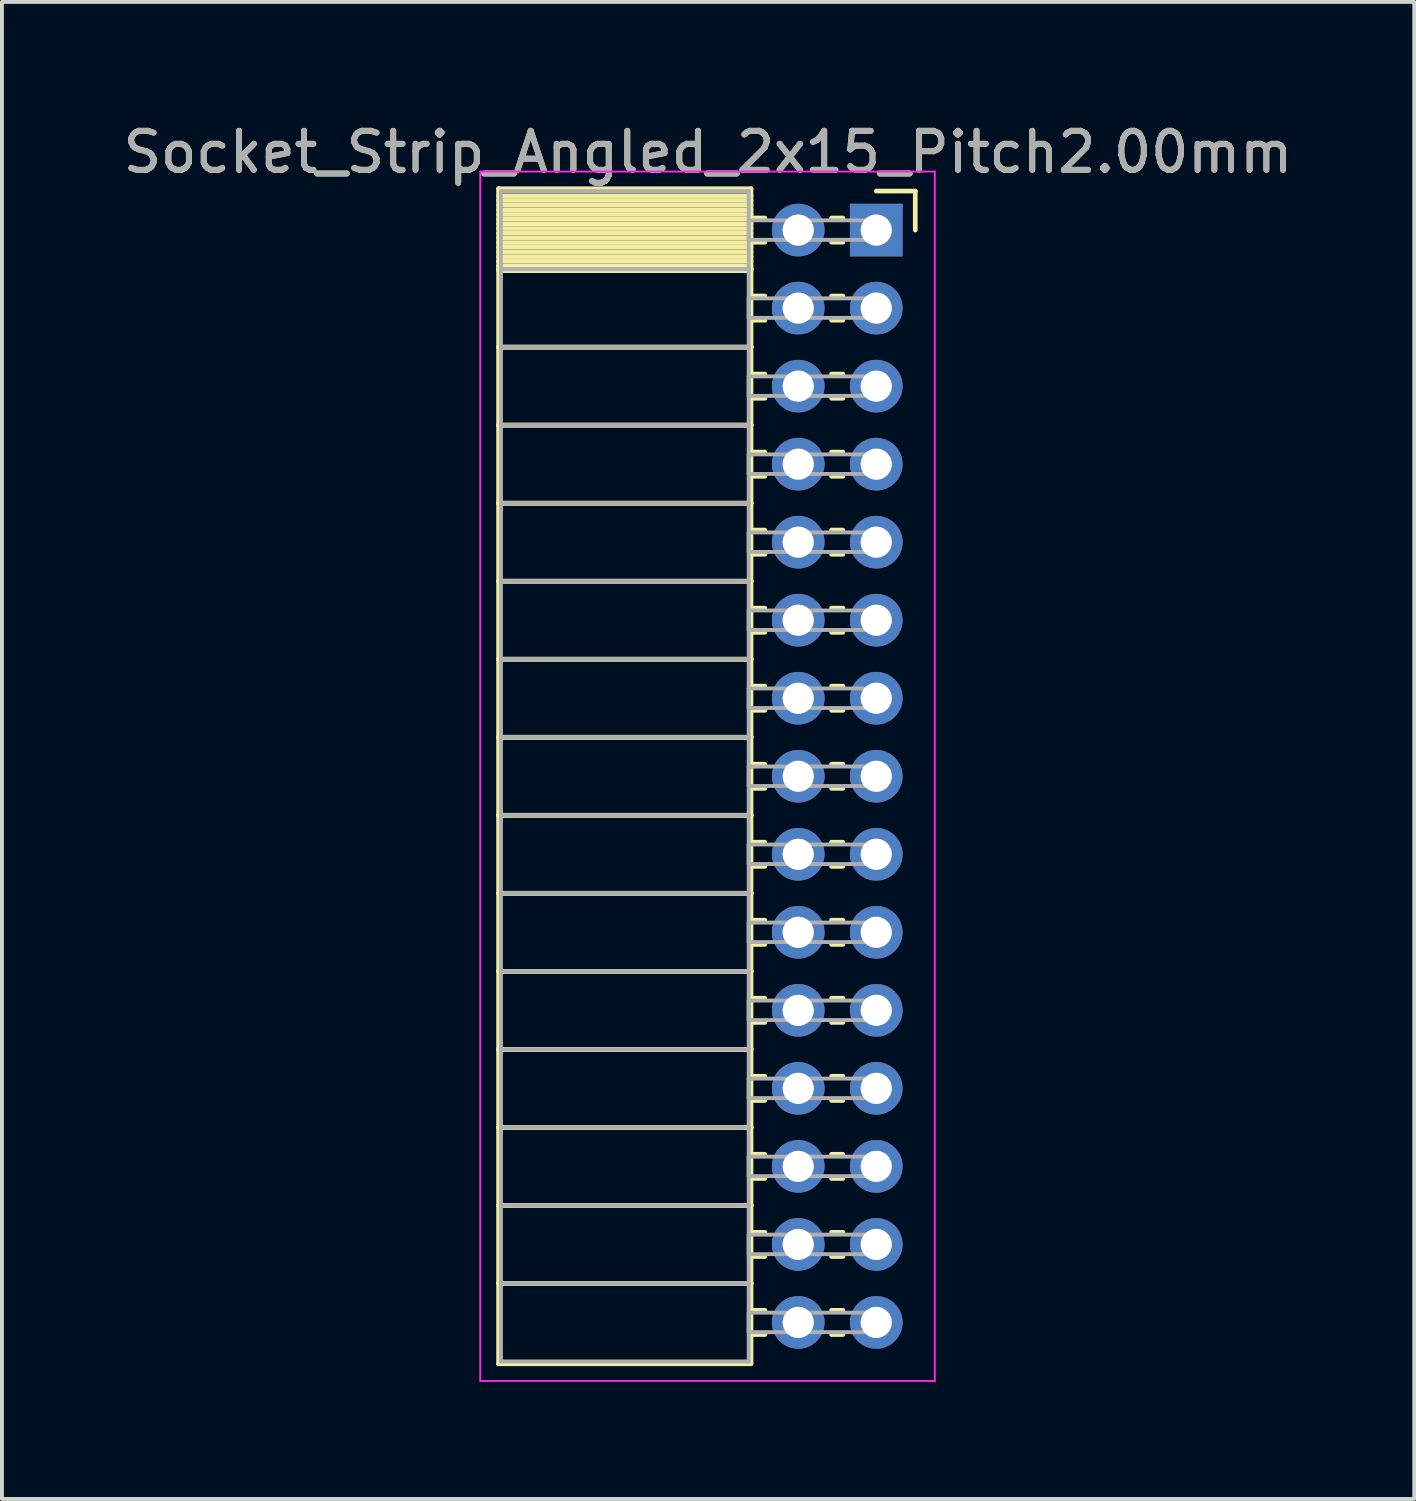
<source format=kicad_pcb>
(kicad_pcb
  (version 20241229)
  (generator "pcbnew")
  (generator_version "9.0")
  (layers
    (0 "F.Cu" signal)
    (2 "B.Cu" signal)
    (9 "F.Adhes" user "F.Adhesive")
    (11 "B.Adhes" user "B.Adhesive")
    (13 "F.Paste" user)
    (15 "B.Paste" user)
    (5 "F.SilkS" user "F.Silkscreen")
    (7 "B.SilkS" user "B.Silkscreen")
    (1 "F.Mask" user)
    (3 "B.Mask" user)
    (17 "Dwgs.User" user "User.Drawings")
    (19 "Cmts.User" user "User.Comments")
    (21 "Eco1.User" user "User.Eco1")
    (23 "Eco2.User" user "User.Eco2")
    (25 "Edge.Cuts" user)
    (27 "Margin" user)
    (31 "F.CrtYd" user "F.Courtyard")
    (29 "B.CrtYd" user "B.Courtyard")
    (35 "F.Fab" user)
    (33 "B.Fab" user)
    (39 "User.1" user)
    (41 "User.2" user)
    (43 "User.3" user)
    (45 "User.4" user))
  (footprint "Socket_Strip_Angled_2x15_Pitch2.00mm"
    (layer "F.Cu")
    (at 19.411 2.848)
    (property "Reference" "Socket_Strip_Angled_2x15_Pitch2.00mm" (at -4.31 -2 0) (layer "F.SilkS") (effects (font (size 1 1) (thickness 0.15))))
    (attr through_hole)
    (fp_line (start -9.68 -1.06) (end -3.21 -1.06) (stroke (width 0.12) (type solid)) (layer "F.SilkS"))
    (fp_line (start -9.68 1) (end -9.68 -1.06) (stroke (width 0.12) (type solid)) (layer "F.SilkS"))
    (fp_line (start -9.68 1) (end -3.21 1) (stroke (width 0.12) (type solid)) (layer "F.SilkS"))
    (fp_line (start -9.68 3) (end -9.68 1) (stroke (width 0.12) (type solid)) (layer "F.SilkS"))
    (fp_line (start -9.68 3) (end -3.21 3) (stroke (width 0.12) (type solid)) (layer "F.SilkS"))
    (fp_line (start -9.68 5) (end -9.68 3) (stroke (width 0.12) (type solid)) (layer "F.SilkS"))
    (fp_line (start -9.68 5) (end -3.21 5) (stroke (width 0.12) (type solid)) (layer "F.SilkS"))
    (fp_line (start -9.68 7) (end -9.68 5) (stroke (width 0.12) (type solid)) (layer "F.SilkS"))
    (fp_line (start -9.68 7) (end -3.21 7) (stroke (width 0.12) (type solid)) (layer "F.SilkS"))
    (fp_line (start -9.68 9) (end -9.68 7) (stroke (width 0.12) (type solid)) (layer "F.SilkS"))
    (fp_line (start -9.68 9) (end -3.21 9) (stroke (width 0.12) (type solid)) (layer "F.SilkS"))
    (fp_line (start -9.68 11) (end -9.68 9) (stroke (width 0.12) (type solid)) (layer "F.SilkS"))
    (fp_line (start -9.68 11) (end -3.21 11) (stroke (width 0.12) (type solid)) (layer "F.SilkS"))
    (fp_line (start -9.68 13) (end -9.68 11) (stroke (width 0.12) (type solid)) (layer "F.SilkS"))
    (fp_line (start -9.68 13) (end -3.21 13) (stroke (width 0.12) (type solid)) (layer "F.SilkS"))
    (fp_line (start -9.68 15) (end -9.68 13) (stroke (width 0.12) (type solid)) (layer "F.SilkS"))
    (fp_line (start -9.68 15) (end -3.21 15) (stroke (width 0.12) (type solid)) (layer "F.SilkS"))
    (fp_line (start -9.68 17) (end -9.68 15) (stroke (width 0.12) (type solid)) (layer "F.SilkS"))
    (fp_line (start -9.68 17) (end -3.21 17) (stroke (width 0.12) (type solid)) (layer "F.SilkS"))
    (fp_line (start -9.68 19) (end -9.68 17) (stroke (width 0.12) (type solid)) (layer "F.SilkS"))
    (fp_line (start -9.68 19) (end -3.21 19) (stroke (width 0.12) (type solid)) (layer "F.SilkS"))
    (fp_line (start -9.68 21) (end -9.68 19) (stroke (width 0.12) (type solid)) (layer "F.SilkS"))
    (fp_line (start -9.68 21) (end -3.21 21) (stroke (width 0.12) (type solid)) (layer "F.SilkS"))
    (fp_line (start -9.68 23) (end -9.68 21) (stroke (width 0.12) (type solid)) (layer "F.SilkS"))
    (fp_line (start -9.68 23) (end -3.21 23) (stroke (width 0.12) (type solid)) (layer "F.SilkS"))
    (fp_line (start -9.68 25) (end -9.68 23) (stroke (width 0.12) (type solid)) (layer "F.SilkS"))
    (fp_line (start -9.68 25) (end -3.21 25) (stroke (width 0.12) (type solid)) (layer "F.SilkS"))
    (fp_line (start -9.68 27) (end -9.68 25) (stroke (width 0.12) (type solid)) (layer "F.SilkS"))
    (fp_line (start -9.68 27) (end -3.21 27) (stroke (width 0.12) (type solid)) (layer "F.SilkS"))
    (fp_line (start -9.68 29.06) (end -9.68 27) (stroke (width 0.12) (type solid)) (layer "F.SilkS"))
    (fp_line (start -3.21 -1.06) (end -3.21 1) (stroke (width 0.12) (type solid)) (layer "F.SilkS"))
    (fp_line (start -3.21 -0.88) (end -9.68 -0.88) (stroke (width 0.12) (type solid)) (layer "F.SilkS"))
    (fp_line (start -3.21 -0.76) (end -9.68 -0.76) (stroke (width 0.12) (type solid)) (layer "F.SilkS"))
    (fp_line (start -3.21 -0.64) (end -9.68 -0.64) (stroke (width 0.12) (type solid)) (layer "F.SilkS"))
    (fp_line (start -3.21 -0.52) (end -9.68 -0.52) (stroke (width 0.12) (type solid)) (layer "F.SilkS"))
    (fp_line (start -3.21 -0.4) (end -9.68 -0.4) (stroke (width 0.12) (type solid)) (layer "F.SilkS"))
    (fp_line (start -3.21 -0.28) (end -9.68 -0.28) (stroke (width 0.12) (type solid)) (layer "F.SilkS"))
    (fp_line (start -3.21 -0.16) (end -9.68 -0.16) (stroke (width 0.12) (type solid)) (layer "F.SilkS"))
    (fp_line (start -3.21 -0.04) (end -9.68 -0.04) (stroke (width 0.12) (type solid)) (layer "F.SilkS"))
    (fp_line (start -3.21 0.08) (end -9.68 0.08) (stroke (width 0.12) (type solid)) (layer "F.SilkS"))
    (fp_line (start -3.21 0.2) (end -9.68 0.2) (stroke (width 0.12) (type solid)) (layer "F.SilkS"))
    (fp_line (start -3.21 0.32) (end -9.68 0.32) (stroke (width 0.12) (type solid)) (layer "F.SilkS"))
    (fp_line (start -3.21 0.44) (end -9.68 0.44) (stroke (width 0.12) (type solid)) (layer "F.SilkS"))
    (fp_line (start -3.21 0.56) (end -9.68 0.56) (stroke (width 0.12) (type solid)) (layer "F.SilkS"))
    (fp_line (start -3.21 0.68) (end -9.68 0.68) (stroke (width 0.12) (type solid)) (layer "F.SilkS"))
    (fp_line (start -3.21 0.8) (end -9.68 0.8) (stroke (width 0.12) (type solid)) (layer "F.SilkS"))
    (fp_line (start -3.21 0.92) (end -9.68 0.92) (stroke (width 0.12) (type solid)) (layer "F.SilkS"))
    (fp_line (start -3.21 1) (end -9.68 1) (stroke (width 0.12) (type solid)) (layer "F.SilkS"))
    (fp_line (start -3.21 1) (end -3.21 3) (stroke (width 0.12) (type solid)) (layer "F.SilkS"))
    (fp_line (start -3.21 1.04) (end -9.68 1.04) (stroke (width 0.12) (type solid)) (layer "F.SilkS"))
    (fp_line (start -3.21 3) (end -9.68 3) (stroke (width 0.12) (type solid)) (layer "F.SilkS"))
    (fp_line (start -3.21 3) (end -3.21 5) (stroke (width 0.12) (type solid)) (layer "F.SilkS"))
    (fp_line (start -3.21 5) (end -9.68 5) (stroke (width 0.12) (type solid)) (layer "F.SilkS"))
    (fp_line (start -3.21 5) (end -3.21 7) (stroke (width 0.12) (type solid)) (layer "F.SilkS"))
    (fp_line (start -3.21 7) (end -9.68 7) (stroke (width 0.12) (type solid)) (layer "F.SilkS"))
    (fp_line (start -3.21 7) (end -3.21 9) (stroke (width 0.12) (type solid)) (layer "F.SilkS"))
    (fp_line (start -3.21 9) (end -9.68 9) (stroke (width 0.12) (type solid)) (layer "F.SilkS"))
    (fp_line (start -3.21 9) (end -3.21 11) (stroke (width 0.12) (type solid)) (layer "F.SilkS"))
    (fp_line (start -3.21 11) (end -9.68 11) (stroke (width 0.12) (type solid)) (layer "F.SilkS"))
    (fp_line (start -3.21 11) (end -3.21 13) (stroke (width 0.12) (type solid)) (layer "F.SilkS"))
    (fp_line (start -3.21 13) (end -9.68 13) (stroke (width 0.12) (type solid)) (layer "F.SilkS"))
    (fp_line (start -3.21 13) (end -3.21 15) (stroke (width 0.12) (type solid)) (layer "F.SilkS"))
    (fp_line (start -3.21 15) (end -9.68 15) (stroke (width 0.12) (type solid)) (layer "F.SilkS"))
    (fp_line (start -3.21 15) (end -3.21 17) (stroke (width 0.12) (type solid)) (layer "F.SilkS"))
    (fp_line (start -3.21 17) (end -9.68 17) (stroke (width 0.12) (type solid)) (layer "F.SilkS"))
    (fp_line (start -3.21 17) (end -3.21 19) (stroke (width 0.12) (type solid)) (layer "F.SilkS"))
    (fp_line (start -3.21 19) (end -9.68 19) (stroke (width 0.12) (type solid)) (layer "F.SilkS"))
    (fp_line (start -3.21 19) (end -3.21 21) (stroke (width 0.12) (type solid)) (layer "F.SilkS"))
    (fp_line (start -3.21 21) (end -9.68 21) (stroke (width 0.12) (type solid)) (layer "F.SilkS"))
    (fp_line (start -3.21 21) (end -3.21 23) (stroke (width 0.12) (type solid)) (layer "F.SilkS"))
    (fp_line (start -3.21 23) (end -9.68 23) (stroke (width 0.12) (type solid)) (layer "F.SilkS"))
    (fp_line (start -3.21 23) (end -3.21 25) (stroke (width 0.12) (type solid)) (layer "F.SilkS"))
    (fp_line (start -3.21 25) (end -9.68 25) (stroke (width 0.12) (type solid)) (layer "F.SilkS"))
    (fp_line (start -3.21 25) (end -3.21 27) (stroke (width 0.12) (type solid)) (layer "F.SilkS"))
    (fp_line (start -3.21 27) (end -9.68 27) (stroke (width 0.12) (type solid)) (layer "F.SilkS"))
    (fp_line (start -3.21 27) (end -3.21 29.06) (stroke (width 0.12) (type solid)) (layer "F.SilkS"))
    (fp_line (start -3.21 29.06) (end -9.68 29.06) (stroke (width 0.12) (type solid)) (layer "F.SilkS"))
    (fp_line (start -2.855 -0.31) (end -3.21 -0.31) (stroke (width 0.12) (type solid)) (layer "F.SilkS"))
    (fp_line (start -2.855 0.31) (end -3.21 0.31) (stroke (width 0.12) (type solid)) (layer "F.SilkS"))
    (fp_line (start -2.855 1.69) (end -3.21 1.69) (stroke (width 0.12) (type solid)) (layer "F.SilkS"))
    (fp_line (start -2.855 2.31) (end -3.21 2.31) (stroke (width 0.12) (type solid)) (layer "F.SilkS"))
    (fp_line (start -2.855 3.69) (end -3.21 3.69) (stroke (width 0.12) (type solid)) (layer "F.SilkS"))
    (fp_line (start -2.855 4.31) (end -3.21 4.31) (stroke (width 0.12) (type solid)) (layer "F.SilkS"))
    (fp_line (start -2.855 5.69) (end -3.21 5.69) (stroke (width 0.12) (type solid)) (layer "F.SilkS"))
    (fp_line (start -2.855 6.31) (end -3.21 6.31) (stroke (width 0.12) (type solid)) (layer "F.SilkS"))
    (fp_line (start -2.855 7.69) (end -3.21 7.69) (stroke (width 0.12) (type solid)) (layer "F.SilkS"))
    (fp_line (start -2.855 8.31) (end -3.21 8.31) (stroke (width 0.12) (type solid)) (layer "F.SilkS"))
    (fp_line (start -2.855 9.69) (end -3.21 9.69) (stroke (width 0.12) (type solid)) (layer "F.SilkS"))
    (fp_line (start -2.855 10.31) (end -3.21 10.31) (stroke (width 0.12) (type solid)) (layer "F.SilkS"))
    (fp_line (start -2.855 11.69) (end -3.21 11.69) (stroke (width 0.12) (type solid)) (layer "F.SilkS"))
    (fp_line (start -2.855 12.31) (end -3.21 12.31) (stroke (width 0.12) (type solid)) (layer "F.SilkS"))
    (fp_line (start -2.855 13.69) (end -3.21 13.69) (stroke (width 0.12) (type solid)) (layer "F.SilkS"))
    (fp_line (start -2.855 14.31) (end -3.21 14.31) (stroke (width 0.12) (type solid)) (layer "F.SilkS"))
    (fp_line (start -2.855 15.69) (end -3.21 15.69) (stroke (width 0.12) (type solid)) (layer "F.SilkS"))
    (fp_line (start -2.855 16.31) (end -3.21 16.31) (stroke (width 0.12) (type solid)) (layer "F.SilkS"))
    (fp_line (start -2.855 17.69) (end -3.21 17.69) (stroke (width 0.12) (type solid)) (layer "F.SilkS"))
    (fp_line (start -2.855 18.31) (end -3.21 18.31) (stroke (width 0.12) (type solid)) (layer "F.SilkS"))
    (fp_line (start -2.855 19.69) (end -3.21 19.69) (stroke (width 0.12) (type solid)) (layer "F.SilkS"))
    (fp_line (start -2.855 20.31) (end -3.21 20.31) (stroke (width 0.12) (type solid)) (layer "F.SilkS"))
    (fp_line (start -2.855 21.69) (end -3.21 21.69) (stroke (width 0.12) (type solid)) (layer "F.SilkS"))
    (fp_line (start -2.855 22.31) (end -3.21 22.31) (stroke (width 0.12) (type solid)) (layer "F.SilkS"))
    (fp_line (start -2.855 23.69) (end -3.21 23.69) (stroke (width 0.12) (type solid)) (layer "F.SilkS"))
    (fp_line (start -2.855 24.31) (end -3.21 24.31) (stroke (width 0.12) (type solid)) (layer "F.SilkS"))
    (fp_line (start -2.855 25.69) (end -3.21 25.69) (stroke (width 0.12) (type solid)) (layer "F.SilkS"))
    (fp_line (start -2.855 26.31) (end -3.21 26.31) (stroke (width 0.12) (type solid)) (layer "F.SilkS"))
    (fp_line (start -2.855 27.69) (end -3.21 27.69) (stroke (width 0.12) (type solid)) (layer "F.SilkS"))
    (fp_line (start -2.855 28.31) (end -3.21 28.31) (stroke (width 0.12) (type solid)) (layer "F.SilkS"))
    (fp_line (start -0.855 -0.31) (end -1.145 -0.31) (stroke (width 0.12) (type solid)) (layer "F.SilkS"))
    (fp_line (start -0.855 0.31) (end -1.145 0.31) (stroke (width 0.12) (type solid)) (layer "F.SilkS"))
    (fp_line (start -0.855 1.69) (end -1.145 1.69) (stroke (width 0.12) (type solid)) (layer "F.SilkS"))
    (fp_line (start -0.855 2.31) (end -1.145 2.31) (stroke (width 0.12) (type solid)) (layer "F.SilkS"))
    (fp_line (start -0.855 3.69) (end -1.145 3.69) (stroke (width 0.12) (type solid)) (layer "F.SilkS"))
    (fp_line (start -0.855 4.31) (end -1.145 4.31) (stroke (width 0.12) (type solid)) (layer "F.SilkS"))
    (fp_line (start -0.855 5.69) (end -1.145 5.69) (stroke (width 0.12) (type solid)) (layer "F.SilkS"))
    (fp_line (start -0.855 6.31) (end -1.145 6.31) (stroke (width 0.12) (type solid)) (layer "F.SilkS"))
    (fp_line (start -0.855 7.69) (end -1.145 7.69) (stroke (width 0.12) (type solid)) (layer "F.SilkS"))
    (fp_line (start -0.855 8.31) (end -1.145 8.31) (stroke (width 0.12) (type solid)) (layer "F.SilkS"))
    (fp_line (start -0.855 9.69) (end -1.145 9.69) (stroke (width 0.12) (type solid)) (layer "F.SilkS"))
    (fp_line (start -0.855 10.31) (end -1.145 10.31) (stroke (width 0.12) (type solid)) (layer "F.SilkS"))
    (fp_line (start -0.855 11.69) (end -1.145 11.69) (stroke (width 0.12) (type solid)) (layer "F.SilkS"))
    (fp_line (start -0.855 12.31) (end -1.145 12.31) (stroke (width 0.12) (type solid)) (layer "F.SilkS"))
    (fp_line (start -0.855 13.69) (end -1.145 13.69) (stroke (width 0.12) (type solid)) (layer "F.SilkS"))
    (fp_line (start -0.855 14.31) (end -1.145 14.31) (stroke (width 0.12) (type solid)) (layer "F.SilkS"))
    (fp_line (start -0.855 15.69) (end -1.145 15.69) (stroke (width 0.12) (type solid)) (layer "F.SilkS"))
    (fp_line (start -0.855 16.31) (end -1.145 16.31) (stroke (width 0.12) (type solid)) (layer "F.SilkS"))
    (fp_line (start -0.855 17.69) (end -1.145 17.69) (stroke (width 0.12) (type solid)) (layer "F.SilkS"))
    (fp_line (start -0.855 18.31) (end -1.145 18.31) (stroke (width 0.12) (type solid)) (layer "F.SilkS"))
    (fp_line (start -0.855 19.69) (end -1.145 19.69) (stroke (width 0.12) (type solid)) (layer "F.SilkS"))
    (fp_line (start -0.855 20.31) (end -1.145 20.31) (stroke (width 0.12) (type solid)) (layer "F.SilkS"))
    (fp_line (start -0.855 21.69) (end -1.145 21.69) (stroke (width 0.12) (type solid)) (layer "F.SilkS"))
    (fp_line (start -0.855 22.31) (end -1.145 22.31) (stroke (width 0.12) (type solid)) (layer "F.SilkS"))
    (fp_line (start -0.855 23.69) (end -1.145 23.69) (stroke (width 0.12) (type solid)) (layer "F.SilkS"))
    (fp_line (start -0.855 24.31) (end -1.145 24.31) (stroke (width 0.12) (type solid)) (layer "F.SilkS"))
    (fp_line (start -0.855 25.69) (end -1.145 25.69) (stroke (width 0.12) (type solid)) (layer "F.SilkS"))
    (fp_line (start -0.855 26.31) (end -1.145 26.31) (stroke (width 0.12) (type solid)) (layer "F.SilkS"))
    (fp_line (start -0.855 27.69) (end -1.145 27.69) (stroke (width 0.12) (type solid)) (layer "F.SilkS"))
    (fp_line (start -0.855 28.31) (end -1.145 28.31) (stroke (width 0.12) (type solid)) (layer "F.SilkS"))
    (fp_line (start 0 -1) (end 1 -1) (stroke (width 0.12) (type solid)) (layer "F.SilkS"))
    (fp_line (start 1 -1) (end 1 0) (stroke (width 0.12) (type solid)) (layer "F.SilkS"))
    (fp_line (start -10.15 -1.5) (end 1.5 -1.5) (stroke (width 0.05) (type solid)) (layer "F.CrtYd"))
    (fp_line (start -10.15 29.5) (end -10.15 -1.5) (stroke (width 0.05) (type solid)) (layer "F.CrtYd"))
    (fp_line (start 1.5 -1.5) (end 1.5 29.5) (stroke (width 0.05) (type solid)) (layer "F.CrtYd"))
    (fp_line (start 1.5 29.5) (end -10.15 29.5) (stroke (width 0.05) (type solid)) (layer "F.CrtYd"))
    (fp_line (start -9.62 -1) (end -3.27 -1) (stroke (width 0.1) (type solid)) (layer "F.Fab"))
    (fp_line (start -9.62 1) (end -9.62 -1) (stroke (width 0.1) (type solid)) (layer "F.Fab"))
    (fp_line (start -9.62 1) (end -3.27 1) (stroke (width 0.1) (type solid)) (layer "F.Fab"))
    (fp_line (start -9.62 3) (end -9.62 1) (stroke (width 0.1) (type solid)) (layer "F.Fab"))
    (fp_line (start -9.62 3) (end -3.27 3) (stroke (width 0.1) (type solid)) (layer "F.Fab"))
    (fp_line (start -9.62 5) (end -9.62 3) (stroke (width 0.1) (type solid)) (layer "F.Fab"))
    (fp_line (start -9.62 5) (end -3.27 5) (stroke (width 0.1) (type solid)) (layer "F.Fab"))
    (fp_line (start -9.62 7) (end -9.62 5) (stroke (width 0.1) (type solid)) (layer "F.Fab"))
    (fp_line (start -9.62 7) (end -3.27 7) (stroke (width 0.1) (type solid)) (layer "F.Fab"))
    (fp_line (start -9.62 9) (end -9.62 7) (stroke (width 0.1) (type solid)) (layer "F.Fab"))
    (fp_line (start -9.62 9) (end -3.27 9) (stroke (width 0.1) (type solid)) (layer "F.Fab"))
    (fp_line (start -9.62 11) (end -9.62 9) (stroke (width 0.1) (type solid)) (layer "F.Fab"))
    (fp_line (start -9.62 11) (end -3.27 11) (stroke (width 0.1) (type solid)) (layer "F.Fab"))
    (fp_line (start -9.62 13) (end -9.62 11) (stroke (width 0.1) (type solid)) (layer "F.Fab"))
    (fp_line (start -9.62 13) (end -3.27 13) (stroke (width 0.1) (type solid)) (layer "F.Fab"))
    (fp_line (start -9.62 15) (end -9.62 13) (stroke (width 0.1) (type solid)) (layer "F.Fab"))
    (fp_line (start -9.62 15) (end -3.27 15) (stroke (width 0.1) (type solid)) (layer "F.Fab"))
    (fp_line (start -9.62 17) (end -9.62 15) (stroke (width 0.1) (type solid)) (layer "F.Fab"))
    (fp_line (start -9.62 17) (end -3.27 17) (stroke (width 0.1) (type solid)) (layer "F.Fab"))
    (fp_line (start -9.62 19) (end -9.62 17) (stroke (width 0.1) (type solid)) (layer "F.Fab"))
    (fp_line (start -9.62 19) (end -3.27 19) (stroke (width 0.1) (type solid)) (layer "F.Fab"))
    (fp_line (start -9.62 21) (end -9.62 19) (stroke (width 0.1) (type solid)) (layer "F.Fab"))
    (fp_line (start -9.62 21) (end -3.27 21) (stroke (width 0.1) (type solid)) (layer "F.Fab"))
    (fp_line (start -9.62 23) (end -9.62 21) (stroke (width 0.1) (type solid)) (layer "F.Fab"))
    (fp_line (start -9.62 23) (end -3.27 23) (stroke (width 0.1) (type solid)) (layer "F.Fab"))
    (fp_line (start -9.62 25) (end -9.62 23) (stroke (width 0.1) (type solid)) (layer "F.Fab"))
    (fp_line (start -9.62 25) (end -3.27 25) (stroke (width 0.1) (type solid)) (layer "F.Fab"))
    (fp_line (start -9.62 27) (end -9.62 25) (stroke (width 0.1) (type solid)) (layer "F.Fab"))
    (fp_line (start -9.62 27) (end -3.27 27) (stroke (width 0.1) (type solid)) (layer "F.Fab"))
    (fp_line (start -9.62 29) (end -9.62 27) (stroke (width 0.1) (type solid)) (layer "F.Fab"))
    (fp_line (start -3.27 -1) (end -3.27 1) (stroke (width 0.1) (type solid)) (layer "F.Fab"))
    (fp_line (start -3.27 -0.25) (end 0 -0.25) (stroke (width 0.1) (type solid)) (layer "F.Fab"))
    (fp_line (start -3.27 0.25) (end -3.27 -0.25) (stroke (width 0.1) (type solid)) (layer "F.Fab"))
    (fp_line (start -3.27 1) (end -9.62 1) (stroke (width 0.1) (type solid)) (layer "F.Fab"))
    (fp_line (start -3.27 1) (end -3.27 3) (stroke (width 0.1) (type solid)) (layer "F.Fab"))
    (fp_line (start -3.27 1.75) (end 0 1.75) (stroke (width 0.1) (type solid)) (layer "F.Fab"))
    (fp_line (start -3.27 2.25) (end -3.27 1.75) (stroke (width 0.1) (type solid)) (layer "F.Fab"))
    (fp_line (start -3.27 3) (end -9.62 3) (stroke (width 0.1) (type solid)) (layer "F.Fab"))
    (fp_line (start -3.27 3) (end -3.27 5) (stroke (width 0.1) (type solid)) (layer "F.Fab"))
    (fp_line (start -3.27 3.75) (end 0 3.75) (stroke (width 0.1) (type solid)) (layer "F.Fab"))
    (fp_line (start -3.27 4.25) (end -3.27 3.75) (stroke (width 0.1) (type solid)) (layer "F.Fab"))
    (fp_line (start -3.27 5) (end -9.62 5) (stroke (width 0.1) (type solid)) (layer "F.Fab"))
    (fp_line (start -3.27 5) (end -3.27 7) (stroke (width 0.1) (type solid)) (layer "F.Fab"))
    (fp_line (start -3.27 5.75) (end 0 5.75) (stroke (width 0.1) (type solid)) (layer "F.Fab"))
    (fp_line (start -3.27 6.25) (end -3.27 5.75) (stroke (width 0.1) (type solid)) (layer "F.Fab"))
    (fp_line (start -3.27 7) (end -9.62 7) (stroke (width 0.1) (type solid)) (layer "F.Fab"))
    (fp_line (start -3.27 7) (end -3.27 9) (stroke (width 0.1) (type solid)) (layer "F.Fab"))
    (fp_line (start -3.27 7.75) (end 0 7.75) (stroke (width 0.1) (type solid)) (layer "F.Fab"))
    (fp_line (start -3.27 8.25) (end -3.27 7.75) (stroke (width 0.1) (type solid)) (layer "F.Fab"))
    (fp_line (start -3.27 9) (end -9.62 9) (stroke (width 0.1) (type solid)) (layer "F.Fab"))
    (fp_line (start -3.27 9) (end -3.27 11) (stroke (width 0.1) (type solid)) (layer "F.Fab"))
    (fp_line (start -3.27 9.75) (end 0 9.75) (stroke (width 0.1) (type solid)) (layer "F.Fab"))
    (fp_line (start -3.27 10.25) (end -3.27 9.75) (stroke (width 0.1) (type solid)) (layer "F.Fab"))
    (fp_line (start -3.27 11) (end -9.62 11) (stroke (width 0.1) (type solid)) (layer "F.Fab"))
    (fp_line (start -3.27 11) (end -3.27 13) (stroke (width 0.1) (type solid)) (layer "F.Fab"))
    (fp_line (start -3.27 11.75) (end 0 11.75) (stroke (width 0.1) (type solid)) (layer "F.Fab"))
    (fp_line (start -3.27 12.25) (end -3.27 11.75) (stroke (width 0.1) (type solid)) (layer "F.Fab"))
    (fp_line (start -3.27 13) (end -9.62 13) (stroke (width 0.1) (type solid)) (layer "F.Fab"))
    (fp_line (start -3.27 13) (end -3.27 15) (stroke (width 0.1) (type solid)) (layer "F.Fab"))
    (fp_line (start -3.27 13.75) (end 0 13.75) (stroke (width 0.1) (type solid)) (layer "F.Fab"))
    (fp_line (start -3.27 14.25) (end -3.27 13.75) (stroke (width 0.1) (type solid)) (layer "F.Fab"))
    (fp_line (start -3.27 15) (end -9.62 15) (stroke (width 0.1) (type solid)) (layer "F.Fab"))
    (fp_line (start -3.27 15) (end -3.27 17) (stroke (width 0.1) (type solid)) (layer "F.Fab"))
    (fp_line (start -3.27 15.75) (end 0 15.75) (stroke (width 0.1) (type solid)) (layer "F.Fab"))
    (fp_line (start -3.27 16.25) (end -3.27 15.75) (stroke (width 0.1) (type solid)) (layer "F.Fab"))
    (fp_line (start -3.27 17) (end -9.62 17) (stroke (width 0.1) (type solid)) (layer "F.Fab"))
    (fp_line (start -3.27 17) (end -3.27 19) (stroke (width 0.1) (type solid)) (layer "F.Fab"))
    (fp_line (start -3.27 17.75) (end 0 17.75) (stroke (width 0.1) (type solid)) (layer "F.Fab"))
    (fp_line (start -3.27 18.25) (end -3.27 17.75) (stroke (width 0.1) (type solid)) (layer "F.Fab"))
    (fp_line (start -3.27 19) (end -9.62 19) (stroke (width 0.1) (type solid)) (layer "F.Fab"))
    (fp_line (start -3.27 19) (end -3.27 21) (stroke (width 0.1) (type solid)) (layer "F.Fab"))
    (fp_line (start -3.27 19.75) (end 0 19.75) (stroke (width 0.1) (type solid)) (layer "F.Fab"))
    (fp_line (start -3.27 20.25) (end -3.27 19.75) (stroke (width 0.1) (type solid)) (layer "F.Fab"))
    (fp_line (start -3.27 21) (end -9.62 21) (stroke (width 0.1) (type solid)) (layer "F.Fab"))
    (fp_line (start -3.27 21) (end -3.27 23) (stroke (width 0.1) (type solid)) (layer "F.Fab"))
    (fp_line (start -3.27 21.75) (end 0 21.75) (stroke (width 0.1) (type solid)) (layer "F.Fab"))
    (fp_line (start -3.27 22.25) (end -3.27 21.75) (stroke (width 0.1) (type solid)) (layer "F.Fab"))
    (fp_line (start -3.27 23) (end -9.62 23) (stroke (width 0.1) (type solid)) (layer "F.Fab"))
    (fp_line (start -3.27 23) (end -3.27 25) (stroke (width 0.1) (type solid)) (layer "F.Fab"))
    (fp_line (start -3.27 23.75) (end 0 23.75) (stroke (width 0.1) (type solid)) (layer "F.Fab"))
    (fp_line (start -3.27 24.25) (end -3.27 23.75) (stroke (width 0.1) (type solid)) (layer "F.Fab"))
    (fp_line (start -3.27 25) (end -9.62 25) (stroke (width 0.1) (type solid)) (layer "F.Fab"))
    (fp_line (start -3.27 25) (end -3.27 27) (stroke (width 0.1) (type solid)) (layer "F.Fab"))
    (fp_line (start -3.27 25.75) (end 0 25.75) (stroke (width 0.1) (type solid)) (layer "F.Fab"))
    (fp_line (start -3.27 26.25) (end -3.27 25.75) (stroke (width 0.1) (type solid)) (layer "F.Fab"))
    (fp_line (start -3.27 27) (end -9.62 27) (stroke (width 0.1) (type solid)) (layer "F.Fab"))
    (fp_line (start -3.27 27) (end -3.27 29) (stroke (width 0.1) (type solid)) (layer "F.Fab"))
    (fp_line (start -3.27 27.75) (end 0 27.75) (stroke (width 0.1) (type solid)) (layer "F.Fab"))
    (fp_line (start -3.27 28.25) (end -3.27 27.75) (stroke (width 0.1) (type solid)) (layer "F.Fab"))
    (fp_line (start -3.27 29) (end -9.62 29) (stroke (width 0.1) (type solid)) (layer "F.Fab"))
    (fp_line (start 0 -0.25) (end 0 0.25) (stroke (width 0.1) (type solid)) (layer "F.Fab"))
    (fp_line (start 0 0.25) (end -3.27 0.25) (stroke (width 0.1) (type solid)) (layer "F.Fab"))
    (fp_line (start 0 1.75) (end 0 2.25) (stroke (width 0.1) (type solid)) (layer "F.Fab"))
    (fp_line (start 0 2.25) (end -3.27 2.25) (stroke (width 0.1) (type solid)) (layer "F.Fab"))
    (fp_line (start 0 3.75) (end 0 4.25) (stroke (width 0.1) (type solid)) (layer "F.Fab"))
    (fp_line (start 0 4.25) (end -3.27 4.25) (stroke (width 0.1) (type solid)) (layer "F.Fab"))
    (fp_line (start 0 5.75) (end 0 6.25) (stroke (width 0.1) (type solid)) (layer "F.Fab"))
    (fp_line (start 0 6.25) (end -3.27 6.25) (stroke (width 0.1) (type solid)) (layer "F.Fab"))
    (fp_line (start 0 7.75) (end 0 8.25) (stroke (width 0.1) (type solid)) (layer "F.Fab"))
    (fp_line (start 0 8.25) (end -3.27 8.25) (stroke (width 0.1) (type solid)) (layer "F.Fab"))
    (fp_line (start 0 9.75) (end 0 10.25) (stroke (width 0.1) (type solid)) (layer "F.Fab"))
    (fp_line (start 0 10.25) (end -3.27 10.25) (stroke (width 0.1) (type solid)) (layer "F.Fab"))
    (fp_line (start 0 11.75) (end 0 12.25) (stroke (width 0.1) (type solid)) (layer "F.Fab"))
    (fp_line (start 0 12.25) (end -3.27 12.25) (stroke (width 0.1) (type solid)) (layer "F.Fab"))
    (fp_line (start 0 13.75) (end 0 14.25) (stroke (width 0.1) (type solid)) (layer "F.Fab"))
    (fp_line (start 0 14.25) (end -3.27 14.25) (stroke (width 0.1) (type solid)) (layer "F.Fab"))
    (fp_line (start 0 15.75) (end 0 16.25) (stroke (width 0.1) (type solid)) (layer "F.Fab"))
    (fp_line (start 0 16.25) (end -3.27 16.25) (stroke (width 0.1) (type solid)) (layer "F.Fab"))
    (fp_line (start 0 17.75) (end 0 18.25) (stroke (width 0.1) (type solid)) (layer "F.Fab"))
    (fp_line (start 0 18.25) (end -3.27 18.25) (stroke (width 0.1) (type solid)) (layer "F.Fab"))
    (fp_line (start 0 19.75) (end 0 20.25) (stroke (width 0.1) (type solid)) (layer "F.Fab"))
    (fp_line (start 0 20.25) (end -3.27 20.25) (stroke (width 0.1) (type solid)) (layer "F.Fab"))
    (fp_line (start 0 21.75) (end 0 22.25) (stroke (width 0.1) (type solid)) (layer "F.Fab"))
    (fp_line (start 0 22.25) (end -3.27 22.25) (stroke (width 0.1) (type solid)) (layer "F.Fab"))
    (fp_line (start 0 23.75) (end 0 24.25) (stroke (width 0.1) (type solid)) (layer "F.Fab"))
    (fp_line (start 0 24.25) (end -3.27 24.25) (stroke (width 0.1) (type solid)) (layer "F.Fab"))
    (fp_line (start 0 25.75) (end 0 26.25) (stroke (width 0.1) (type solid)) (layer "F.Fab"))
    (fp_line (start 0 26.25) (end -3.27 26.25) (stroke (width 0.1) (type solid)) (layer "F.Fab"))
    (fp_line (start 0 27.75) (end 0 28.25) (stroke (width 0.1) (type solid)) (layer "F.Fab"))
    (fp_line (start 0 28.25) (end -3.27 28.25) (stroke (width 0.1) (type solid)) (layer "F.Fab"))
    (fp_text user "${REFERENCE}" (at -4.31 -2 0) (layer "F.Fab") (effects (font (size 1 1) (thickness 0.15))))
    (pad "1" thru_hole rect (at 0 0) (size 1.35 1.35) (drill 0.8) (layers "*.Cu" "*.Mask"))
    (pad "2" thru_hole oval (at -2 0) (size 1.35 1.35) (drill 0.8) (layers "*.Cu" "*.Mask"))
    (pad "3" thru_hole oval (at 0 2) (size 1.35 1.35) (drill 0.8) (layers "*.Cu" "*.Mask"))
    (pad "4" thru_hole oval (at -2 2) (size 1.35 1.35) (drill 0.8) (layers "*.Cu" "*.Mask"))
    (pad "5" thru_hole oval (at 0 4) (size 1.35 1.35) (drill 0.8) (layers "*.Cu" "*.Mask"))
    (pad "6" thru_hole oval (at -2 4) (size 1.35 1.35) (drill 0.8) (layers "*.Cu" "*.Mask"))
    (pad "7" thru_hole oval (at 0 6) (size 1.35 1.35) (drill 0.8) (layers "*.Cu" "*.Mask"))
    (pad "8" thru_hole oval (at -2 6) (size 1.35 1.35) (drill 0.8) (layers "*.Cu" "*.Mask"))
    (pad "9" thru_hole oval (at 0 8) (size 1.35 1.35) (drill 0.8) (layers "*.Cu" "*.Mask"))
    (pad "10" thru_hole oval (at -2 8) (size 1.35 1.35) (drill 0.8) (layers "*.Cu" "*.Mask"))
    (pad "11" thru_hole oval (at 0 10) (size 1.35 1.35) (drill 0.8) (layers "*.Cu" "*.Mask"))
    (pad "12" thru_hole oval (at -2 10) (size 1.35 1.35) (drill 0.8) (layers "*.Cu" "*.Mask"))
    (pad "13" thru_hole oval (at 0 12) (size 1.35 1.35) (drill 0.8) (layers "*.Cu" "*.Mask"))
    (pad "14" thru_hole oval (at -2 12) (size 1.35 1.35) (drill 0.8) (layers "*.Cu" "*.Mask"))
    (pad "15" thru_hole oval (at 0 14) (size 1.35 1.35) (drill 0.8) (layers "*.Cu" "*.Mask"))
    (pad "16" thru_hole oval (at -2 14) (size 1.35 1.35) (drill 0.8) (layers "*.Cu" "*.Mask"))
    (pad "17" thru_hole oval (at 0 16) (size 1.35 1.35) (drill 0.8) (layers "*.Cu" "*.Mask"))
    (pad "18" thru_hole oval (at -2 16) (size 1.35 1.35) (drill 0.8) (layers "*.Cu" "*.Mask"))
    (pad "19" thru_hole oval (at 0 18) (size 1.35 1.35) (drill 0.8) (layers "*.Cu" "*.Mask"))
    (pad "20" thru_hole oval (at -2 18) (size 1.35 1.35) (drill 0.8) (layers "*.Cu" "*.Mask"))
    (pad "21" thru_hole oval (at 0 20) (size 1.35 1.35) (drill 0.8) (layers "*.Cu" "*.Mask"))
    (pad "22" thru_hole oval (at -2 20) (size 1.35 1.35) (drill 0.8) (layers "*.Cu" "*.Mask"))
    (pad "23" thru_hole oval (at 0 22) (size 1.35 1.35) (drill 0.8) (layers "*.Cu" "*.Mask"))
    (pad "24" thru_hole oval (at -2 22) (size 1.35 1.35) (drill 0.8) (layers "*.Cu" "*.Mask"))
    (pad "25" thru_hole oval (at 0 24) (size 1.35 1.35) (drill 0.8) (layers "*.Cu" "*.Mask"))
    (pad "26" thru_hole oval (at -2 24) (size 1.35 1.35) (drill 0.8) (layers "*.Cu" "*.Mask"))
    (pad "27" thru_hole oval (at 0 26) (size 1.35 1.35) (drill 0.8) (layers "*.Cu" "*.Mask"))
    (pad "28" thru_hole oval (at -2 26) (size 1.35 1.35) (drill 0.8) (layers "*.Cu" "*.Mask"))
    (pad "29" thru_hole oval (at 0 28) (size 1.35 1.35) (drill 0.8) (layers "*.Cu" "*.Mask"))
    (pad "30" thru_hole oval (at -2 28) (size 1.35 1.35) (drill 0.8) (layers "*.Cu" "*.Mask")))
  (gr_rect
    (start -3 -3)
    (end 33.202 35.373)
    (stroke (width 0.1) (type default))
    (fill no)
    (layer "Edge.Cuts")))
</source>
